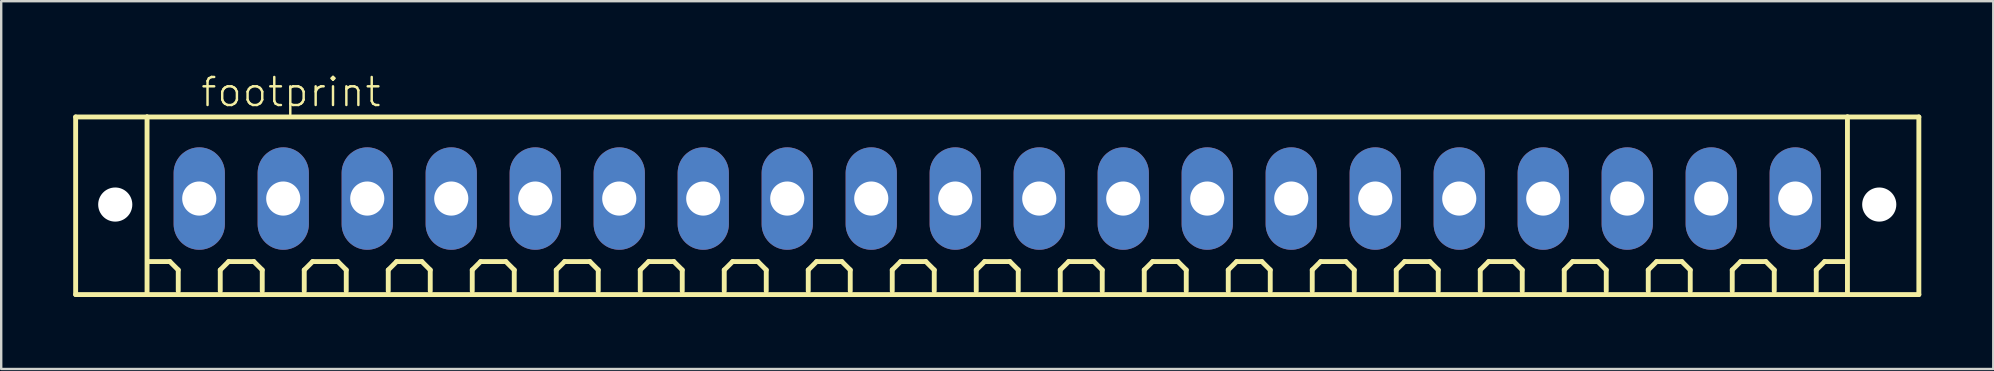
<source format=kicad_pcb>
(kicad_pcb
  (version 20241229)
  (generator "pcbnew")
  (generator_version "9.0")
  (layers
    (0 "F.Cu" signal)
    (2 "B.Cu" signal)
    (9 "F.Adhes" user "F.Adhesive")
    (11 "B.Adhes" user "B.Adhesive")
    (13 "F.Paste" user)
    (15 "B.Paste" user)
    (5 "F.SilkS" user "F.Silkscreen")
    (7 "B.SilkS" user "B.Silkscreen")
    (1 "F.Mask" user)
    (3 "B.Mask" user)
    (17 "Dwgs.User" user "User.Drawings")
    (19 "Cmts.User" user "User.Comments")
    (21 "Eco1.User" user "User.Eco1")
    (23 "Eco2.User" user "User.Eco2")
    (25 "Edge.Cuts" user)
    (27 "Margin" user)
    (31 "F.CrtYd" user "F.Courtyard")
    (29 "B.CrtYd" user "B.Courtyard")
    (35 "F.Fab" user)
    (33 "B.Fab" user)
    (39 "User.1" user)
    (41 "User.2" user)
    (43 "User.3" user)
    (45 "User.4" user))
  (footprint "footprint"
    (layer "F.Cu")
    (at 38.502 5.223)
    (property "Reference" "footprint" (at -33.25 -3.75 0) (layer "F.SilkS") (effects (font (size 1.168 1.168) (thickness 0.102)) (justify left bottom)))
    (fp_line (start -38.4 -3.4) (end -35.425 -3.4) (stroke (width 0.203) (type solid)) (layer "F.SilkS"))
    (fp_line (start -38.4 4) (end -38.4 -3.4) (stroke (width 0.203) (type solid)) (layer "F.SilkS"))
    (fp_line (start -35.425 -3.4) (end 35.425 -3.4) (stroke (width 0.203) (type solid)) (layer "F.SilkS"))
    (fp_line (start -35.425 4) (end -38.4 4) (stroke (width 0.203) (type solid)) (layer "F.SilkS"))
    (fp_line (start -35.425 4) (end -35.425 -3.4) (stroke (width 0.203) (type solid)) (layer "F.SilkS"))
    (fp_line (start -34.475 2.625) (end -35.35 2.625) (stroke (width 0.203) (type solid)) (layer "F.SilkS"))
    (fp_line (start -34.125 2.975) (end -34.475 2.625) (stroke (width 0.203) (type solid)) (layer "F.SilkS"))
    (fp_line (start -34.125 3.85) (end -34.125 2.975) (stroke (width 0.203) (type solid)) (layer "F.SilkS"))
    (fp_line (start -32.375 2.975) (end -32.025 2.625) (stroke (width 0.203) (type solid)) (layer "F.SilkS"))
    (fp_line (start -32.375 3.85) (end -32.375 2.975) (stroke (width 0.203) (type solid)) (layer "F.SilkS"))
    (fp_line (start -32.025 2.625) (end -30.975 2.625) (stroke (width 0.203) (type solid)) (layer "F.SilkS"))
    (fp_line (start -30.975 2.625) (end -30.625 2.975) (stroke (width 0.203) (type solid)) (layer "F.SilkS"))
    (fp_line (start -30.625 2.975) (end -30.625 3.85) (stroke (width 0.203) (type solid)) (layer "F.SilkS"))
    (fp_line (start -28.875 2.975) (end -28.525 2.625) (stroke (width 0.203) (type solid)) (layer "F.SilkS"))
    (fp_line (start -28.875 3.85) (end -28.875 2.975) (stroke (width 0.203) (type solid)) (layer "F.SilkS"))
    (fp_line (start -28.525 2.625) (end -27.475 2.625) (stroke (width 0.203) (type solid)) (layer "F.SilkS"))
    (fp_line (start -27.475 2.625) (end -27.125 2.975) (stroke (width 0.203) (type solid)) (layer "F.SilkS"))
    (fp_line (start -27.125 2.975) (end -27.125 3.85) (stroke (width 0.203) (type solid)) (layer "F.SilkS"))
    (fp_line (start -25.375 2.975) (end -25.025 2.625) (stroke (width 0.203) (type solid)) (layer "F.SilkS"))
    (fp_line (start -25.375 3.85) (end -25.375 2.975) (stroke (width 0.203) (type solid)) (layer "F.SilkS"))
    (fp_line (start -25.025 2.625) (end -23.975 2.625) (stroke (width 0.203) (type solid)) (layer "F.SilkS"))
    (fp_line (start -23.975 2.625) (end -23.625 2.975) (stroke (width 0.203) (type solid)) (layer "F.SilkS"))
    (fp_line (start -23.625 2.975) (end -23.625 3.85) (stroke (width 0.203) (type solid)) (layer "F.SilkS"))
    (fp_line (start -21.875 2.975) (end -21.525 2.625) (stroke (width 0.203) (type solid)) (layer "F.SilkS"))
    (fp_line (start -21.875 3.85) (end -21.875 2.975) (stroke (width 0.203) (type solid)) (layer "F.SilkS"))
    (fp_line (start -21.525 2.625) (end -20.475 2.625) (stroke (width 0.203) (type solid)) (layer "F.SilkS"))
    (fp_line (start -20.475 2.625) (end -20.125 2.975) (stroke (width 0.203) (type solid)) (layer "F.SilkS"))
    (fp_line (start -20.125 2.975) (end -20.125 3.85) (stroke (width 0.203) (type solid)) (layer "F.SilkS"))
    (fp_line (start -18.375 2.975) (end -18.025 2.625) (stroke (width 0.203) (type solid)) (layer "F.SilkS"))
    (fp_line (start -18.375 3.85) (end -18.375 2.975) (stroke (width 0.203) (type solid)) (layer "F.SilkS"))
    (fp_line (start -18.025 2.625) (end -16.975 2.625) (stroke (width 0.203) (type solid)) (layer "F.SilkS"))
    (fp_line (start -16.975 2.625) (end -16.625 2.975) (stroke (width 0.203) (type solid)) (layer "F.SilkS"))
    (fp_line (start -16.625 2.975) (end -16.625 3.85) (stroke (width 0.203) (type solid)) (layer "F.SilkS"))
    (fp_line (start -14.875 2.975) (end -14.525 2.625) (stroke (width 0.203) (type solid)) (layer "F.SilkS"))
    (fp_line (start -14.875 3.85) (end -14.875 2.975) (stroke (width 0.203) (type solid)) (layer "F.SilkS"))
    (fp_line (start -14.525 2.625) (end -13.475 2.625) (stroke (width 0.203) (type solid)) (layer "F.SilkS"))
    (fp_line (start -13.475 2.625) (end -13.125 2.975) (stroke (width 0.203) (type solid)) (layer "F.SilkS"))
    (fp_line (start -13.125 2.975) (end -13.125 3.85) (stroke (width 0.203) (type solid)) (layer "F.SilkS"))
    (fp_line (start -11.375 2.975) (end -11.025 2.625) (stroke (width 0.203) (type solid)) (layer "F.SilkS"))
    (fp_line (start -11.375 3.85) (end -11.375 2.975) (stroke (width 0.203) (type solid)) (layer "F.SilkS"))
    (fp_line (start -11.025 2.625) (end -9.975 2.625) (stroke (width 0.203) (type solid)) (layer "F.SilkS"))
    (fp_line (start -9.975 2.625) (end -9.625 2.975) (stroke (width 0.203) (type solid)) (layer "F.SilkS"))
    (fp_line (start -9.625 2.975) (end -9.625 3.85) (stroke (width 0.203) (type solid)) (layer "F.SilkS"))
    (fp_line (start -7.875 2.975) (end -7.525 2.625) (stroke (width 0.203) (type solid)) (layer "F.SilkS"))
    (fp_line (start -7.875 3.85) (end -7.875 2.975) (stroke (width 0.203) (type solid)) (layer "F.SilkS"))
    (fp_line (start -7.525 2.625) (end -6.475 2.625) (stroke (width 0.203) (type solid)) (layer "F.SilkS"))
    (fp_line (start -6.475 2.625) (end -6.125 2.975) (stroke (width 0.203) (type solid)) (layer "F.SilkS"))
    (fp_line (start -6.125 2.975) (end -6.125 3.85) (stroke (width 0.203) (type solid)) (layer "F.SilkS"))
    (fp_line (start -4.375 2.975) (end -4.025 2.625) (stroke (width 0.203) (type solid)) (layer "F.SilkS"))
    (fp_line (start -4.375 3.85) (end -4.375 2.975) (stroke (width 0.203) (type solid)) (layer "F.SilkS"))
    (fp_line (start -4.025 2.625) (end -2.975 2.625) (stroke (width 0.203) (type solid)) (layer "F.SilkS"))
    (fp_line (start -2.975 2.625) (end -2.625 2.975) (stroke (width 0.203) (type solid)) (layer "F.SilkS"))
    (fp_line (start -2.625 2.975) (end -2.625 3.85) (stroke (width 0.203) (type solid)) (layer "F.SilkS"))
    (fp_line (start -0.875 2.975) (end -0.525 2.625) (stroke (width 0.203) (type solid)) (layer "F.SilkS"))
    (fp_line (start -0.875 3.85) (end -0.875 2.975) (stroke (width 0.203) (type solid)) (layer "F.SilkS"))
    (fp_line (start -0.525 2.625) (end 0.525 2.625) (stroke (width 0.203) (type solid)) (layer "F.SilkS"))
    (fp_line (start 0.525 2.625) (end 0.875 2.975) (stroke (width 0.203) (type solid)) (layer "F.SilkS"))
    (fp_line (start 0.875 2.975) (end 0.875 3.85) (stroke (width 0.203) (type solid)) (layer "F.SilkS"))
    (fp_line (start 2.625 2.975) (end 2.975 2.625) (stroke (width 0.203) (type solid)) (layer "F.SilkS"))
    (fp_line (start 2.625 3.85) (end 2.625 2.975) (stroke (width 0.203) (type solid)) (layer "F.SilkS"))
    (fp_line (start 2.975 2.625) (end 4.025 2.625) (stroke (width 0.203) (type solid)) (layer "F.SilkS"))
    (fp_line (start 4.025 2.625) (end 4.375 2.975) (stroke (width 0.203) (type solid)) (layer "F.SilkS"))
    (fp_line (start 4.375 2.975) (end 4.375 3.85) (stroke (width 0.203) (type solid)) (layer "F.SilkS"))
    (fp_line (start 6.125 2.975) (end 6.475 2.625) (stroke (width 0.203) (type solid)) (layer "F.SilkS"))
    (fp_line (start 6.125 3.85) (end 6.125 2.975) (stroke (width 0.203) (type solid)) (layer "F.SilkS"))
    (fp_line (start 6.475 2.625) (end 7.525 2.625) (stroke (width 0.203) (type solid)) (layer "F.SilkS"))
    (fp_line (start 7.525 2.625) (end 7.875 2.975) (stroke (width 0.203) (type solid)) (layer "F.SilkS"))
    (fp_line (start 7.875 2.975) (end 7.875 3.85) (stroke (width 0.203) (type solid)) (layer "F.SilkS"))
    (fp_line (start 9.625 2.975) (end 9.975 2.625) (stroke (width 0.203) (type solid)) (layer "F.SilkS"))
    (fp_line (start 9.625 3.85) (end 9.625 2.975) (stroke (width 0.203) (type solid)) (layer "F.SilkS"))
    (fp_line (start 9.975 2.625) (end 11.025 2.625) (stroke (width 0.203) (type solid)) (layer "F.SilkS"))
    (fp_line (start 11.025 2.625) (end 11.375 2.975) (stroke (width 0.203) (type solid)) (layer "F.SilkS"))
    (fp_line (start 11.375 2.975) (end 11.375 3.85) (stroke (width 0.203) (type solid)) (layer "F.SilkS"))
    (fp_line (start 13.125 2.975) (end 13.475 2.625) (stroke (width 0.203) (type solid)) (layer "F.SilkS"))
    (fp_line (start 13.125 3.85) (end 13.125 2.975) (stroke (width 0.203) (type solid)) (layer "F.SilkS"))
    (fp_line (start 13.475 2.625) (end 14.525 2.625) (stroke (width 0.203) (type solid)) (layer "F.SilkS"))
    (fp_line (start 14.525 2.625) (end 14.875 2.975) (stroke (width 0.203) (type solid)) (layer "F.SilkS"))
    (fp_line (start 14.875 2.975) (end 14.875 3.85) (stroke (width 0.203) (type solid)) (layer "F.SilkS"))
    (fp_line (start 16.625 2.975) (end 16.975 2.625) (stroke (width 0.203) (type solid)) (layer "F.SilkS"))
    (fp_line (start 16.625 3.85) (end 16.625 2.975) (stroke (width 0.203) (type solid)) (layer "F.SilkS"))
    (fp_line (start 16.975 2.625) (end 18.025 2.625) (stroke (width 0.203) (type solid)) (layer "F.SilkS"))
    (fp_line (start 18.025 2.625) (end 18.375 2.975) (stroke (width 0.203) (type solid)) (layer "F.SilkS"))
    (fp_line (start 18.375 2.975) (end 18.375 3.85) (stroke (width 0.203) (type solid)) (layer "F.SilkS"))
    (fp_line (start 20.125 2.975) (end 20.475 2.625) (stroke (width 0.203) (type solid)) (layer "F.SilkS"))
    (fp_line (start 20.125 3.85) (end 20.125 2.975) (stroke (width 0.203) (type solid)) (layer "F.SilkS"))
    (fp_line (start 20.475 2.625) (end 21.525 2.625) (stroke (width 0.203) (type solid)) (layer "F.SilkS"))
    (fp_line (start 21.525 2.625) (end 21.875 2.975) (stroke (width 0.203) (type solid)) (layer "F.SilkS"))
    (fp_line (start 21.875 2.975) (end 21.875 3.85) (stroke (width 0.203) (type solid)) (layer "F.SilkS"))
    (fp_line (start 23.625 2.975) (end 23.975 2.625) (stroke (width 0.203) (type solid)) (layer "F.SilkS"))
    (fp_line (start 23.625 3.85) (end 23.625 2.975) (stroke (width 0.203) (type solid)) (layer "F.SilkS"))
    (fp_line (start 23.975 2.625) (end 25.025 2.625) (stroke (width 0.203) (type solid)) (layer "F.SilkS"))
    (fp_line (start 25.025 2.625) (end 25.375 2.975) (stroke (width 0.203) (type solid)) (layer "F.SilkS"))
    (fp_line (start 25.375 2.975) (end 25.375 3.85) (stroke (width 0.203) (type solid)) (layer "F.SilkS"))
    (fp_line (start 27.125 2.975) (end 27.475 2.625) (stroke (width 0.203) (type solid)) (layer "F.SilkS"))
    (fp_line (start 27.125 3.85) (end 27.125 2.975) (stroke (width 0.203) (type solid)) (layer "F.SilkS"))
    (fp_line (start 27.475 2.625) (end 28.525 2.625) (stroke (width 0.203) (type solid)) (layer "F.SilkS"))
    (fp_line (start 28.525 2.625) (end 28.875 2.975) (stroke (width 0.203) (type solid)) (layer "F.SilkS"))
    (fp_line (start 28.875 2.975) (end 28.875 3.85) (stroke (width 0.203) (type solid)) (layer "F.SilkS"))
    (fp_line (start 30.625 2.975) (end 30.975 2.625) (stroke (width 0.203) (type solid)) (layer "F.SilkS"))
    (fp_line (start 30.625 3.85) (end 30.625 2.975) (stroke (width 0.203) (type solid)) (layer "F.SilkS"))
    (fp_line (start 30.975 2.625) (end 32.025 2.625) (stroke (width 0.203) (type solid)) (layer "F.SilkS"))
    (fp_line (start 32.025 2.625) (end 32.375 2.975) (stroke (width 0.203) (type solid)) (layer "F.SilkS"))
    (fp_line (start 32.375 2.975) (end 32.375 3.85) (stroke (width 0.203) (type solid)) (layer "F.SilkS"))
    (fp_line (start 34.125 2.975) (end 34.475 2.625) (stroke (width 0.203) (type solid)) (layer "F.SilkS"))
    (fp_line (start 34.125 3.85) (end 34.125 2.975) (stroke (width 0.203) (type solid)) (layer "F.SilkS"))
    (fp_line (start 34.475 2.625) (end 35.35 2.625) (stroke (width 0.203) (type solid)) (layer "F.SilkS"))
    (fp_line (start 35.425 -3.4) (end 35.425 4) (stroke (width 0.203) (type solid)) (layer "F.SilkS"))
    (fp_line (start 35.425 -3.4) (end 38.4 -3.4) (stroke (width 0.203) (type solid)) (layer "F.SilkS"))
    (fp_line (start 35.425 4) (end -35.425 4) (stroke (width 0.203) (type solid)) (layer "F.SilkS"))
    (fp_line (start 38.4 -3.4) (end 38.4 4) (stroke (width 0.203) (type solid)) (layer "F.SilkS"))
    (fp_line (start 38.4 4) (end 35.425 4) (stroke (width 0.203) (type solid)) (layer "F.SilkS"))
    (pad "" np_thru_hole circle (at -36.75 0.25) (size 1.422 1.422) (drill 1.422) (layers "*.Cu" "*.Mask"))
    (pad "" np_thru_hole circle (at 36.75 0.25) (size 1.422 1.422) (drill 1.422) (layers "*.Cu" "*.Mask"))
    (pad "1" thru_hole oval (at -33.25 0 90) (size 4.267 2.134) (drill 1.422) (layers "*.Cu" "*.Mask"))
    (pad "2" thru_hole oval (at -29.75 0 90) (size 4.267 2.134) (drill 1.422) (layers "*.Cu" "*.Mask"))
    (pad "3" thru_hole oval (at -26.25 0 90) (size 4.267 2.134) (drill 1.422) (layers "*.Cu" "*.Mask"))
    (pad "4" thru_hole oval (at -22.75 0 90) (size 4.267 2.134) (drill 1.422) (layers "*.Cu" "*.Mask"))
    (pad "5" thru_hole oval (at -19.25 0 90) (size 4.267 2.134) (drill 1.422) (layers "*.Cu" "*.Mask"))
    (pad "6" thru_hole oval (at -15.75 0 90) (size 4.267 2.134) (drill 1.422) (layers "*.Cu" "*.Mask"))
    (pad "7" thru_hole oval (at -12.25 0 90) (size 4.267 2.134) (drill 1.422) (layers "*.Cu" "*.Mask"))
    (pad "8" thru_hole oval (at -8.75 0 90) (size 4.267 2.134) (drill 1.422) (layers "*.Cu" "*.Mask"))
    (pad "9" thru_hole oval (at -5.25 0 90) (size 4.267 2.134) (drill 1.422) (layers "*.Cu" "*.Mask"))
    (pad "10" thru_hole oval (at -1.75 0 90) (size 4.267 2.134) (drill 1.422) (layers "*.Cu" "*.Mask"))
    (pad "11" thru_hole oval (at 1.75 0 90) (size 4.267 2.134) (drill 1.422) (layers "*.Cu" "*.Mask"))
    (pad "12" thru_hole oval (at 5.25 0 90) (size 4.267 2.134) (drill 1.422) (layers "*.Cu" "*.Mask"))
    (pad "13" thru_hole oval (at 8.75 0 90) (size 4.267 2.134) (drill 1.422) (layers "*.Cu" "*.Mask"))
    (pad "14" thru_hole oval (at 12.25 0 90) (size 4.267 2.134) (drill 1.422) (layers "*.Cu" "*.Mask"))
    (pad "15" thru_hole oval (at 15.75 0 90) (size 4.267 2.134) (drill 1.422) (layers "*.Cu" "*.Mask"))
    (pad "16" thru_hole oval (at 19.25 0 90) (size 4.267 2.134) (drill 1.422) (layers "*.Cu" "*.Mask"))
    (pad "17" thru_hole oval (at 22.75 0 90) (size 4.267 2.134) (drill 1.422) (layers "*.Cu" "*.Mask"))
    (pad "18" thru_hole oval (at 26.25 0 90) (size 4.267 2.134) (drill 1.422) (layers "*.Cu" "*.Mask"))
    (pad "19" thru_hole oval (at 29.75 0 90) (size 4.267 2.134) (drill 1.422) (layers "*.Cu" "*.Mask"))
    (pad "20" thru_hole oval (at 33.25 0 90) (size 4.267 2.134) (drill 1.422) (layers "*.Cu" "*.Mask")))
  (gr_rect
    (start -3 -3)
    (end 80.003 12.325)
    (stroke (width 0.1) (type default))
    (fill no)
    (layer "Edge.Cuts")))
</source>
